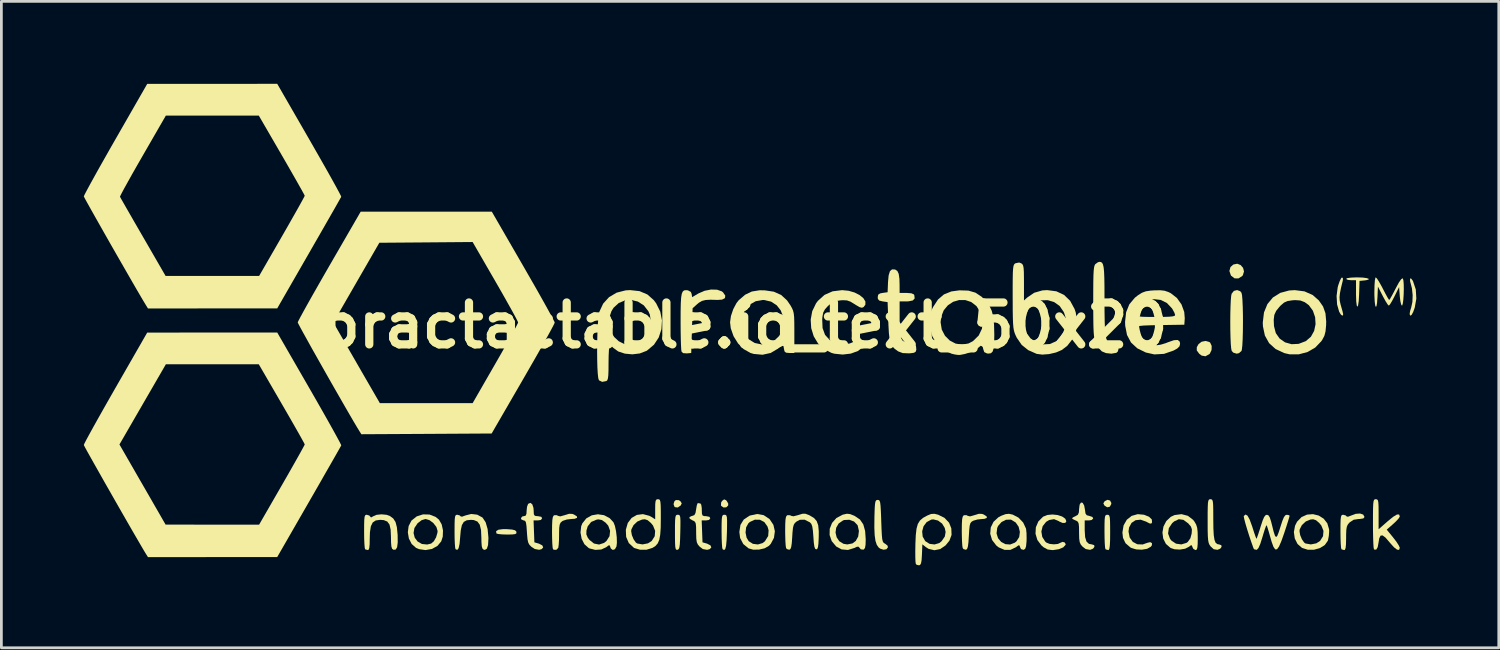
<source format=kicad_pcb>
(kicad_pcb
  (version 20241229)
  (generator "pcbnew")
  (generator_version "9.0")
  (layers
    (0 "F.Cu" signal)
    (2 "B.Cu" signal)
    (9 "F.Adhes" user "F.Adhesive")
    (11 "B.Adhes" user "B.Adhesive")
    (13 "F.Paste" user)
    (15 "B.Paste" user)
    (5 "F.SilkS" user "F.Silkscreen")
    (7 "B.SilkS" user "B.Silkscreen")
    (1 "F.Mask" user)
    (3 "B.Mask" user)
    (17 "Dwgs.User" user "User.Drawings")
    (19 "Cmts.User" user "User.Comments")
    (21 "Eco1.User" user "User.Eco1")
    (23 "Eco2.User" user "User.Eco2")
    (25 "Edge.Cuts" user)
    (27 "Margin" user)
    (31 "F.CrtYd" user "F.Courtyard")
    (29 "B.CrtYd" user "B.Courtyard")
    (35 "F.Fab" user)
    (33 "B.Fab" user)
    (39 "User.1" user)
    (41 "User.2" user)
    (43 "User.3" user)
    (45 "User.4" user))
  (footprint "practactable.io_text_50x20"
    (layer "F.Cu")
    (at 24.031 8.792)
    (property "Reference" "practactable.io_text_50x20" (at 0 0 0) (layer "F.SilkS") (effects (font (size 1.524 1.524) (thickness 0.3))))
    (attr board_only exclude_from_pos_files exclude_from_bom)
    (fp_poly (pts (xy -2.38 6.359) (xy -2.322 6.397) (xy -2.273 6.473) (xy -2.31 6.551) (xy -2.312 6.553) (xy -2.415 6.625) (xy -2.515 6.615) (xy -2.537 6.599) (xy -2.571 6.503) (xy -2.54 6.4) (xy -2.485 6.354)) (stroke (width 0) (type solid)) (fill yes) (layer "F.SilkS"))
    (fp_poly (pts (xy -0.667 6.357) (xy -0.636 6.386) (xy -0.581 6.484) (xy -0.583 6.552) (xy -0.653 6.62) (xy -0.754 6.625) (xy -0.835 6.567) (xy -0.845 6.547) (xy -0.839 6.442) (xy -0.799 6.381) (xy -0.729 6.33)) (stroke (width 0) (type solid)) (fill yes) (layer "F.SilkS"))
    (fp_poly (pts (xy 13.313 6.372) (xy 13.359 6.458) (xy 13.358 6.497) (xy 13.306 6.596) (xy 13.213 6.619) (xy 13.113 6.558) (xy 13.111 6.555) (xy 13.07 6.476) (xy 13.114 6.402) (xy 13.119 6.397) (xy 13.221 6.346)) (stroke (width 0) (type solid)) (fill yes) (layer "F.SilkS"))
    (fp_poly (pts (xy 18.065 -2.197) (xy 18.154 -2.095) (xy 18.188 -1.964) (xy 18.148 -1.831) (xy 18.123 -1.798) (xy 17.987 -1.71) (xy 17.844 -1.713) (xy 17.721 -1.807) (xy 17.71 -1.823) (xy 17.656 -1.98) (xy 17.696 -2.124) (xy 17.8 -2.216) (xy 17.941 -2.245)) (stroke (width 0) (type solid)) (fill yes) (layer "F.SilkS"))
    (fp_poly (pts (xy 16.927 0.603) (xy 16.957 0.627) (xy 17.012 0.746) (xy 17.007 0.895) (xy 16.945 1.026) (xy 16.925 1.046) (xy 16.785 1.123) (xy 16.646 1.098) (xy 16.556 1.028) (xy 16.469 0.909) (xy 16.47 0.794) (xy 16.533 0.68) (xy 16.646 0.593) (xy 16.793 0.565)) (stroke (width 0) (type solid)) (fill yes) (layer "F.SilkS"))
    (fp_poly (pts (xy -8.634 7.414) (xy -8.448 7.428) (xy -8.342 7.454) (xy -8.295 7.496) (xy -8.288 7.52) (xy -8.291 7.567) (xy -8.336 7.594) (xy -8.443 7.607) (xy -8.631 7.61) (xy -8.813 7.604) (xy -8.951 7.59) (xy -9.016 7.57) (xy -9.017 7.569) (xy -9.028 7.487) (xy -8.943 7.434) (xy -8.768 7.412)) (stroke (width 0) (type solid)) (fill yes) (layer "F.SilkS"))
    (fp_poly (pts (xy 24.324 -1.635) (xy 24.34 -1.604) (xy 24.439 -1.309) (xy 24.459 -0.975) (xy 24.402 -0.651) (xy 24.345 -0.49) (xy 24.289 -0.387) (xy 24.244 -0.352) (xy 24.219 -0.399) (xy 24.217 -0.434) (xy 24.235 -0.534) (xy 24.272 -0.651) (xy 24.316 -0.853) (xy 24.325 -1.102) (xy 24.299 -1.348) (xy 24.27 -1.463) (xy 24.231 -1.614) (xy 24.231 -1.701) (xy 24.264 -1.711)) (stroke (width 0) (type solid)) (fill yes) (layer "F.SilkS"))
    (fp_poly (pts (xy -0.675 6.895) (xy -0.646 6.922) (xy -0.629 6.987) (xy -0.623 7.109) (xy -0.624 7.302) (xy -0.628 7.516) (xy -0.64 7.814) (xy -0.659 8.018) (xy -0.689 8.135) (xy -0.731 8.174) (xy -0.787 8.142) (xy -0.787 8.142) (xy -0.801 8.08) (xy -0.812 7.936) (xy -0.82 7.732) (xy -0.823 7.498) (xy -0.822 7.24) (xy -0.817 7.067) (xy -0.805 6.963) (xy -0.783 6.911) (xy -0.749 6.892) (xy -0.718 6.89)) (stroke (width 0) (type solid)) (fill yes) (layer "F.SilkS"))
    (fp_poly (pts (xy 21.79 -1.707) (xy 21.783 -1.632) (xy 21.718 -1.366) (xy 21.679 -1.172) (xy 21.664 -1.025) (xy 21.672 -0.899) (xy 21.701 -0.767) (xy 21.718 -0.706) (xy 21.77 -0.525) (xy 21.794 -0.421) (xy 21.793 -0.374) (xy 21.771 -0.36) (xy 21.758 -0.36) (xy 21.708 -0.402) (xy 21.65 -0.501) (xy 21.575 -0.764) (xy 21.557 -1.072) (xy 21.597 -1.384) (xy 21.616 -1.456) (xy 21.67 -1.612) (xy 21.723 -1.718) (xy 21.757 -1.748)) (stroke (width 0) (type solid)) (fill yes) (layer "F.SilkS"))
    (fp_poly (pts (xy 13.257 6.896) (xy 13.286 6.924) (xy 13.304 6.993) (xy 13.313 7.117) (xy 13.316 7.315) (xy 13.317 7.533) (xy 13.315 7.812) (xy 13.306 8.001) (xy 13.291 8.116) (xy 13.267 8.168) (xy 13.248 8.175) (xy 13.161 8.152) (xy 13.146 8.141) (xy 13.132 8.079) (xy 13.121 7.936) (xy 13.114 7.733) (xy 13.111 7.498) (xy 13.112 7.24) (xy 13.117 7.067) (xy 13.129 6.963) (xy 13.151 6.91) (xy 13.186 6.892) (xy 13.214 6.89)) (stroke (width 0) (type solid)) (fill yes) (layer "F.SilkS"))
    (fp_poly (pts (xy -2.371 6.895) (xy -2.343 6.922) (xy -2.326 6.987) (xy -2.32 7.108) (xy -2.321 7.301) (xy -2.325 7.519) (xy -2.333 7.786) (xy -2.343 7.967) (xy -2.359 8.079) (xy -2.383 8.138) (xy -2.419 8.163) (xy -2.429 8.166) (xy -2.467 8.164) (xy -2.492 8.133) (xy -2.508 8.056) (xy -2.516 7.917) (xy -2.519 7.7) (xy -2.519 7.536) (xy -2.519 7.269) (xy -2.514 7.087) (xy -2.503 6.976) (xy -2.484 6.916) (xy -2.452 6.893) (xy -2.415 6.89)) (stroke (width 0) (type solid)) (fill yes) (layer "F.SilkS"))
    (fp_poly (pts (xy 22.511 -1.741) (xy 22.652 -1.722) (xy 22.725 -1.697) (xy 22.722 -1.669) (xy 22.631 -1.645) (xy 22.559 -1.636) (xy 22.392 -1.62) (xy 22.377 -1.144) (xy 22.363 -0.887) (xy 22.34 -0.732) (xy 22.315 -0.678) (xy 22.291 -0.724) (xy 22.272 -0.871) (xy 22.264 -1.117) (xy 22.264 -1.157) (xy 22.264 -1.645) (xy 22.084 -1.645) (xy 21.965 -1.658) (xy 21.905 -1.69) (xy 21.904 -1.697) (xy 21.952 -1.722) (xy 22.083 -1.74) (xy 22.278 -1.748) (xy 22.315 -1.748)) (stroke (width 0) (type solid)) (fill yes) (layer "F.SilkS"))
    (fp_poly (pts (xy 18.05 -1.245) (xy 18.097 -1.186) (xy 18.116 -1.1) (xy 18.131 -0.925) (xy 18.142 -0.678) (xy 18.149 -0.371) (xy 18.15 -0.129) (xy 18.147 0.211) (xy 18.139 0.501) (xy 18.127 0.729) (xy 18.11 0.878) (xy 18.097 0.929) (xy 18.005 1.009) (xy 17.919 1.028) (xy 17.797 0.989) (xy 17.741 0.929) (xy 17.722 0.842) (xy 17.707 0.673) (xy 17.697 0.443) (xy 17.69 0.171) (xy 17.688 -0.121) (xy 17.69 -0.412) (xy 17.697 -0.682) (xy 17.707 -0.911) (xy 17.722 -1.078) (xy 17.738 -1.154) (xy 17.82 -1.256) (xy 17.937 -1.287)) (stroke (width 0) (type solid)) (fill yes) (layer "F.SilkS"))
    (fp_poly (pts (xy 4.899 6.356) (xy 4.927 6.383) (xy 4.948 6.447) (xy 4.962 6.564) (xy 4.973 6.748) (xy 4.984 7.014) (xy 4.987 7.121) (xy 4.998 7.418) (xy 5.009 7.629) (xy 5.022 7.769) (xy 5.042 7.856) (xy 5.069 7.905) (xy 5.109 7.934) (xy 5.13 7.944) (xy 5.214 8.01) (xy 5.232 8.072) (xy 5.176 8.145) (xy 5.069 8.162) (xy 4.949 8.123) (xy 4.891 8.079) (xy 4.824 7.982) (xy 4.777 7.838) (xy 4.748 7.633) (xy 4.736 7.355) (xy 4.739 6.989) (xy 4.74 6.941) (xy 4.748 6.687) (xy 4.758 6.518) (xy 4.774 6.418) (xy 4.799 6.368) (xy 4.836 6.351) (xy 4.859 6.35)) (stroke (width 0) (type solid)) (fill yes) (layer "F.SilkS"))
    (fp_poly (pts (xy 14.549 6.889) (xy 14.732 6.963) (xy 14.833 7.06) (xy 14.842 7.169) (xy 14.841 7.171) (xy 14.809 7.213) (xy 14.746 7.203) (xy 14.629 7.141) (xy 14.427 7.069) (xy 14.242 7.088) (xy 14.095 7.186) (xy 14.005 7.354) (xy 13.985 7.5) (xy 14.027 7.717) (xy 14.141 7.876) (xy 14.306 7.964) (xy 14.503 7.971) (xy 14.663 7.913) (xy 14.774 7.886) (xy 14.839 7.923) (xy 14.836 8.001) (xy 14.797 8.054) (xy 14.662 8.129) (xy 14.471 8.161) (xy 14.266 8.151) (xy 14.086 8.097) (xy 14.053 8.078) (xy 13.876 7.925) (xy 13.784 7.73) (xy 13.763 7.533) (xy 13.806 7.276) (xy 13.923 7.071) (xy 14.1 6.931) (xy 14.32 6.868)) (stroke (width 0) (type solid)) (fill yes) (layer "F.SilkS"))
    (fp_poly (pts (xy 17.008 6.33) (xy 17.036 6.356) (xy 17.055 6.419) (xy 17.065 6.536) (xy 17.069 6.72) (xy 17.07 6.989) (xy 17.07 7.048) (xy 17.074 7.384) (xy 17.087 7.631) (xy 17.113 7.8) (xy 17.153 7.905) (xy 17.212 7.957) (xy 17.282 7.97) (xy 17.362 7.997) (xy 17.372 8.059) (xy 17.322 8.125) (xy 17.223 8.165) (xy 17.217 8.165) (xy 17.085 8.144) (xy 16.974 8.043) (xy 16.932 7.982) (xy 16.902 7.912) (xy 16.883 7.813) (xy 16.872 7.669) (xy 16.866 7.462) (xy 16.865 7.172) (xy 16.865 7.114) (xy 16.865 6.814) (xy 16.869 6.601) (xy 16.876 6.461) (xy 16.891 6.378) (xy 16.914 6.338) (xy 16.947 6.325) (xy 16.968 6.324)) (stroke (width 0) (type solid)) (fill yes) (layer "F.SilkS"))
    (fp_poly (pts (xy -6.25 6.86) (xy -6.195 6.881) (xy -6.089 6.948) (xy -6.081 7.002) (xy -6.168 7.036) (xy -6.287 7.044) (xy -6.455 7.063) (xy -6.596 7.109) (xy -6.621 7.124) (xy -6.68 7.176) (xy -6.714 7.248) (xy -6.731 7.365) (xy -6.736 7.553) (xy -6.736 7.608) (xy -6.739 7.811) (xy -6.75 7.981) (xy -6.764 8.084) (xy -6.767 8.094) (xy -6.837 8.167) (xy -6.931 8.162) (xy -6.958 8.141) (xy -6.972 8.079) (xy -6.983 7.936) (xy -6.99 7.734) (xy -6.993 7.522) (xy -6.99 7.262) (xy -6.982 7.087) (xy -6.965 6.98) (xy -6.938 6.925) (xy -6.912 6.907) (xy -6.814 6.907) (xy -6.779 6.929) (xy -6.693 6.949) (xy -6.533 6.905) (xy -6.525 6.902) (xy -6.368 6.854)) (stroke (width 0) (type solid)) (fill yes) (layer "F.SilkS"))
    (fp_poly (pts (xy 8.661 6.86) (xy 8.716 6.881) (xy 8.822 6.949) (xy 8.83 7.005) (xy 8.742 7.039) (xy 8.651 7.045) (xy 8.484 7.063) (xy 8.338 7.106) (xy 8.33 7.11) (xy 8.269 7.148) (xy 8.23 7.201) (xy 8.205 7.292) (xy 8.189 7.442) (xy 8.175 7.662) (xy 8.16 7.896) (xy 8.14 8.046) (xy 8.113 8.129) (xy 8.075 8.162) (xy 8.066 8.164) (xy 7.979 8.138) (xy 7.95 8.096) (xy 7.937 8.012) (xy 7.926 7.85) (xy 7.92 7.638) (xy 7.918 7.475) (xy 7.921 7.226) (xy 7.93 7.062) (xy 7.949 6.965) (xy 7.981 6.917) (xy 7.999 6.907) (xy 8.097 6.907) (xy 8.132 6.929) (xy 8.218 6.949) (xy 8.378 6.905) (xy 8.386 6.902) (xy 8.543 6.854)) (stroke (width 0) (type solid)) (fill yes) (layer "F.SilkS"))
    (fp_poly (pts (xy 22.525 6.883) (xy 22.572 6.967) (xy 22.572 6.973) (xy 22.53 7.024) (xy 22.399 7.044) (xy 22.364 7.044) (xy 22.178 7.071) (xy 22.035 7.165) (xy 22.03 7.17) (xy 21.968 7.242) (xy 21.93 7.323) (xy 21.911 7.439) (xy 21.904 7.618) (xy 21.904 7.736) (xy 21.899 7.962) (xy 21.885 8.1) (xy 21.859 8.165) (xy 21.835 8.175) (xy 21.748 8.152) (xy 21.732 8.141) (xy 21.719 8.079) (xy 21.708 7.936) (xy 21.701 7.733) (xy 21.698 7.498) (xy 21.699 7.24) (xy 21.704 7.067) (xy 21.717 6.962) (xy 21.738 6.91) (xy 21.773 6.891) (xy 21.797 6.89) (xy 21.887 6.914) (xy 21.913 6.944) (xy 21.968 6.964) (xy 22.085 6.919) (xy 22.256 6.856) (xy 22.411 6.845)) (stroke (width 0) (type solid)) (fill yes) (layer "F.SilkS"))
    (fp_poly (pts (xy -0.987 -1.3) (xy -0.815 -1.24) (xy -0.769 -1.203) (xy -0.688 -1.084) (xy -0.701 -0.993) (xy -0.804 -0.939) (xy -0.971 -0.928) (xy -1.226 -0.935) (xy -1.405 -0.925) (xy -1.535 -0.892) (xy -1.641 -0.831) (xy -1.709 -0.776) (xy -1.877 -0.626) (xy -1.902 0.188) (xy -1.928 1.003) (xy -2.089 1.018) (xy -2.224 1.008) (xy -2.281 0.95) (xy -2.291 0.874) (xy -2.3 0.713) (xy -2.307 0.483) (xy -2.312 0.202) (xy -2.314 -0.112) (xy -2.314 -0.152) (xy -2.313 -0.526) (xy -2.307 -0.81) (xy -2.294 -1.015) (xy -2.271 -1.152) (xy -2.235 -1.235) (xy -2.184 -1.275) (xy -2.113 -1.283) (xy -2.047 -1.277) (xy -1.941 -1.219) (xy -1.912 -1.144) (xy -1.895 -1.028) (xy -1.664 -1.164) (xy -1.44 -1.261) (xy -1.205 -1.306)) (stroke (width 0) (type solid)) (fill yes) (layer "F.SilkS"))
    (fp_poly (pts (xy 0.71 6.905) (xy 0.92 7.046) (xy 0.926 7.052) (xy 1.063 7.257) (xy 1.116 7.491) (xy 1.083 7.731) (xy 0.967 7.949) (xy 0.9 8.021) (xy 0.745 8.11) (xy 0.538 8.158) (xy 0.326 8.16) (xy 0.159 8.113) (xy -0.034 7.955) (xy -0.148 7.736) (xy -0.174 7.534) (xy 0.049 7.534) (xy 0.086 7.722) (xy 0.163 7.851) (xy 0.317 7.948) (xy 0.499 7.971) (xy 0.672 7.92) (xy 0.755 7.854) (xy 0.873 7.662) (xy 0.888 7.456) (xy 0.848 7.318) (xy 0.733 7.156) (xy 0.571 7.072) (xy 0.387 7.069) (xy 0.207 7.152) (xy 0.153 7.2) (xy 0.071 7.346) (xy 0.049 7.534) (xy -0.174 7.534) (xy -0.176 7.515) (xy -0.136 7.258) (xy -0.018 7.066) (xy 0.181 6.932) (xy 0.213 6.918) (xy 0.472 6.862)) (stroke (width 0) (type solid)) (fill yes) (layer "F.SilkS"))
    (fp_poly (pts (xy 11.406 6.9) (xy 11.571 6.954) (xy 11.685 7.035) (xy 11.723 7.127) (xy 11.685 7.185) (xy 11.591 7.189) (xy 11.473 7.14) (xy 11.443 7.12) (xy 11.276 7.05) (xy 11.098 7.081) (xy 10.986 7.149) (xy 10.861 7.307) (xy 10.814 7.499) (xy 10.846 7.696) (xy 10.955 7.866) (xy 10.999 7.904) (xy 11.114 7.95) (xy 11.269 7.966) (xy 11.416 7.952) (xy 11.504 7.911) (xy 11.586 7.876) (xy 11.665 7.899) (xy 11.699 7.961) (xy 11.694 7.986) (xy 11.609 8.077) (xy 11.452 8.143) (xy 11.249 8.174) (xy 11.206 8.175) (xy 11.044 8.154) (xy 10.902 8.078) (xy 10.817 8.006) (xy 10.669 7.809) (xy 10.601 7.581) (xy 10.613 7.348) (xy 10.704 7.134) (xy 10.872 6.964) (xy 10.88 6.959) (xy 11.034 6.898) (xy 11.218 6.88)) (stroke (width 0) (type solid)) (fill yes) (layer "F.SilkS"))
    (fp_poly (pts (xy -11.451 6.882) (xy -11.23 6.968) (xy -11.108 7.068) (xy -11.009 7.238) (xy -10.961 7.457) (xy -10.969 7.686) (xy -11.024 7.857) (xy -11.165 8.026) (xy -11.366 8.135) (xy -11.598 8.175) (xy -11.834 8.141) (xy -11.941 8.095) (xy -12.1 7.954) (xy -12.202 7.755) (xy -12.236 7.553) (xy -12.032 7.553) (xy -11.989 7.724) (xy -11.884 7.863) (xy -11.729 7.953) (xy -11.537 7.973) (xy -11.391 7.938) (xy -11.296 7.857) (xy -11.213 7.714) (xy -11.164 7.55) (xy -11.157 7.48) (xy -11.201 7.335) (xy -11.311 7.192) (xy -11.455 7.085) (xy -11.595 7.044) (xy -11.736 7.086) (xy -11.881 7.194) (xy -12 7.371) (xy -12.032 7.553) (xy -12.236 7.553) (xy -12.24 7.528) (xy -12.211 7.301) (xy -12.109 7.105) (xy -12.105 7.1) (xy -11.916 6.949) (xy -11.689 6.876)) (stroke (width 0) (type solid)) (fill yes) (layer "F.SilkS"))
    (fp_poly (pts (xy -7.711 6.511) (xy -7.669 6.636) (xy -7.661 6.742) (xy -7.655 6.871) (xy -7.619 6.928) (xy -7.532 6.941) (xy -7.507 6.941) (xy -7.384 6.964) (xy -7.353 7.018) (xy -7.398 7.079) (xy -7.509 7.096) (xy -7.665 7.096) (xy -7.65 7.494) (xy -7.635 7.893) (xy -7.467 7.942) (xy -7.347 8.004) (xy -7.314 8.078) (xy -7.371 8.141) (xy -7.463 8.165) (xy -7.62 8.136) (xy -7.74 8.058) (xy -7.812 7.987) (xy -7.857 7.907) (xy -7.884 7.79) (xy -7.901 7.608) (xy -7.907 7.516) (xy -7.922 7.306) (xy -7.94 7.18) (xy -7.968 7.117) (xy -8.012 7.096) (xy -8.028 7.096) (xy -8.107 7.062) (xy -8.124 7.018) (xy -8.081 6.956) (xy -8.021 6.941) (xy -7.952 6.923) (xy -7.923 6.85) (xy -7.918 6.746) (xy -7.903 6.602) (xy -7.866 6.5) (xy -7.858 6.49) (xy -7.778 6.457)) (stroke (width 0) (type solid)) (fill yes) (layer "F.SilkS"))
    (fp_poly (pts (xy 12.317 6.456) (xy 12.372 6.554) (xy 12.401 6.711) (xy 12.42 6.845) (xy 12.466 6.908) (xy 12.559 6.932) (xy 12.673 6.97) (xy 12.7 7.03) (xy 12.642 7.081) (xy 12.546 7.096) (xy 12.391 7.096) (xy 12.391 7.452) (xy 12.406 7.701) (xy 12.455 7.863) (xy 12.544 7.948) (xy 12.656 7.97) (xy 12.736 7.996) (xy 12.745 8.057) (xy 12.695 8.123) (xy 12.596 8.164) (xy 12.585 8.166) (xy 12.429 8.138) (xy 12.315 8.052) (xy 12.248 7.974) (xy 12.209 7.887) (xy 12.191 7.76) (xy 12.186 7.565) (xy 12.186 7.534) (xy 12.184 7.335) (xy 12.172 7.214) (xy 12.144 7.147) (xy 12.092 7.11) (xy 12.057 7.096) (xy 11.962 7.05) (xy 11.929 7.018) (xy 11.971 6.982) (xy 12.057 6.941) (xy 12.143 6.89) (xy 12.18 6.802) (xy 12.186 6.689) (xy 12.206 6.522) (xy 12.256 6.445)) (stroke (width 0) (type solid)) (fill yes) (layer "F.SilkS"))
    (fp_poly (pts (xy 20.906 6.919) (xy 21.086 7.032) (xy 21.219 7.2) (xy 21.283 7.417) (xy 21.287 7.482) (xy 21.275 7.656) (xy 21.246 7.809) (xy 21.237 7.838) (xy 21.127 7.993) (xy 20.95 8.103) (xy 20.733 8.163) (xy 20.506 8.162) (xy 20.298 8.095) (xy 20.135 7.952) (xy 20.035 7.752) (xy 20.003 7.522) (xy 20.009 7.487) (xy 20.207 7.487) (xy 20.232 7.631) (xy 20.295 7.782) (xy 20.375 7.898) (xy 20.424 7.935) (xy 20.622 7.969) (xy 20.82 7.93) (xy 20.955 7.843) (xy 21.064 7.67) (xy 21.08 7.477) (xy 21.003 7.284) (xy 20.925 7.188) (xy 20.807 7.088) (xy 20.705 7.054) (xy 20.603 7.064) (xy 20.433 7.136) (xy 20.294 7.266) (xy 20.215 7.422) (xy 20.207 7.487) (xy 20.009 7.487) (xy 20.045 7.29) (xy 20.119 7.142) (xy 20.284 6.973) (xy 20.484 6.884) (xy 20.698 6.868)) (stroke (width 0) (type solid)) (fill yes) (layer "F.SilkS"))
    (fp_poly (pts (xy -1.599 6.478) (xy -1.594 6.479) (xy -1.563 6.524) (xy -1.545 6.641) (xy -1.543 6.71) (xy -1.538 6.852) (xy -1.512 6.92) (xy -1.446 6.94) (xy -1.388 6.941) (xy -1.266 6.964) (xy -1.234 7.018) (xy -1.279 7.079) (xy -1.39 7.096) (xy -1.547 7.096) (xy -1.532 7.494) (xy -1.517 7.893) (xy -1.348 7.942) (xy -1.227 8.004) (xy -1.196 8.079) (xy -1.255 8.141) (xy -1.349 8.166) (xy -1.505 8.138) (xy -1.619 8.052) (xy -1.686 7.974) (xy -1.725 7.887) (xy -1.743 7.76) (xy -1.748 7.565) (xy -1.748 7.534) (xy -1.75 7.335) (xy -1.762 7.214) (xy -1.79 7.147) (xy -1.842 7.11) (xy -1.877 7.096) (xy -1.982 7.034) (xy -1.994 6.976) (xy -1.911 6.936) (xy -1.89 6.932) (xy -1.814 6.903) (xy -1.772 6.826) (xy -1.748 6.684) (xy -1.725 6.55) (xy -1.697 6.473) (xy -1.684 6.466)) (stroke (width 0) (type solid)) (fill yes) (layer "F.SilkS"))
    (fp_poly (pts (xy -9.714 6.887) (xy -9.528 6.989) (xy -9.519 6.997) (xy -9.409 7.163) (xy -9.337 7.409) (xy -9.308 7.72) (xy -9.308 7.764) (xy -9.321 7.992) (xy -9.364 8.125) (xy -9.436 8.168) (xy -9.481 8.159) (xy -9.524 8.122) (xy -9.55 8.037) (xy -9.561 7.886) (xy -9.564 7.72) (xy -9.577 7.442) (xy -9.623 7.252) (xy -9.708 7.137) (xy -9.839 7.083) (xy -9.943 7.075) (xy -10.097 7.091) (xy -10.204 7.15) (xy -10.273 7.266) (xy -10.314 7.456) (xy -10.335 7.697) (xy -10.358 7.952) (xy -10.393 8.108) (xy -10.442 8.17) (xy -10.505 8.142) (xy -10.519 8.08) (xy -10.53 7.936) (xy -10.538 7.732) (xy -10.54 7.498) (xy -10.539 7.24) (xy -10.534 7.067) (xy -10.522 6.962) (xy -10.5 6.91) (xy -10.466 6.891) (xy -10.442 6.89) (xy -10.352 6.914) (xy -10.326 6.943) (xy -10.271 6.961) (xy -10.15 6.918) (xy -10.143 6.915) (xy -9.933 6.861)) (stroke (width 0) (type solid)) (fill yes) (layer "F.SilkS"))
    (fp_poly (pts (xy 3.853 6.865) (xy 4.001 6.924) (xy 4.027 6.937) (xy 4.211 7.062) (xy 4.333 7.239) (xy 4.401 7.481) (xy 4.422 7.792) (xy 4.416 7.985) (xy 4.395 8.098) (xy 4.353 8.152) (xy 4.338 8.159) (xy 4.245 8.148) (xy 4.207 8.106) (xy 4.164 8.053) (xy 4.102 8.055) (xy 4.011 8.098) (xy 3.775 8.171) (xy 3.544 8.15) (xy 3.349 8.045) (xy 3.185 7.849) (xy 3.108 7.627) (xy 3.11 7.538) (xy 3.324 7.538) (xy 3.364 7.71) (xy 3.461 7.854) (xy 3.613 7.947) (xy 3.753 7.97) (xy 3.94 7.933) (xy 4.058 7.845) (xy 4.149 7.681) (xy 4.175 7.479) (xy 4.131 7.285) (xy 4.12 7.263) (xy 4 7.137) (xy 3.828 7.072) (xy 3.642 7.081) (xy 3.597 7.096) (xy 3.437 7.208) (xy 3.347 7.363) (xy 3.324 7.538) (xy 3.11 7.538) (xy 3.113 7.399) (xy 3.197 7.187) (xy 3.355 7.01) (xy 3.581 6.889) (xy 3.602 6.883) (xy 3.737 6.853)) (stroke (width 0) (type solid)) (fill yes) (layer "F.SilkS"))
    (fp_poly (pts (xy 12.98 -2.307) (xy 13.024 -2.278) (xy 13.056 -2.217) (xy 13.08 -2.112) (xy 13.096 -1.952) (xy 13.105 -1.725) (xy 13.11 -1.421) (xy 13.111 -1.028) (xy 13.111 -0.918) (xy 13.113 -0.475) (xy 13.119 -0.125) (xy 13.13 0.143) (xy 13.148 0.34) (xy 13.175 0.475) (xy 13.211 0.559) (xy 13.26 0.603) (xy 13.321 0.617) (xy 13.329 0.617) (xy 13.489 0.652) (xy 13.596 0.745) (xy 13.626 0.845) (xy 13.595 0.951) (xy 13.544 0.997) (xy 13.364 1.028) (xy 13.167 1.007) (xy 13.014 0.944) (xy 12.918 0.845) (xy 12.823 0.698) (xy 12.798 0.649) (xy 12.768 0.573) (xy 12.745 0.486) (xy 12.728 0.374) (xy 12.716 0.223) (xy 12.708 0.019) (xy 12.704 -0.252) (xy 12.702 -0.604) (xy 12.701 -0.858) (xy 12.702 -1.264) (xy 12.704 -1.58) (xy 12.709 -1.818) (xy 12.718 -1.989) (xy 12.731 -2.105) (xy 12.749 -2.18) (xy 12.773 -2.224) (xy 12.781 -2.233) (xy 12.872 -2.298) (xy 12.925 -2.314)) (stroke (width 0) (type solid)) (fill yes) (layer "F.SilkS"))
    (fp_poly (pts (xy -5.099 6.906) (xy -4.895 7.014) (xy -4.757 7.164) (xy -4.705 7.294) (xy -4.664 7.487) (xy -4.638 7.704) (xy -4.632 7.907) (xy -4.647 8.042) (xy -4.704 8.144) (xy -4.783 8.171) (xy -4.852 8.118) (xy -4.87 8.073) (xy -4.892 8.007) (xy -4.93 8.003) (xy -5.014 8.064) (xy -5.026 8.073) (xy -5.202 8.154) (xy -5.417 8.168) (xy -5.627 8.116) (xy -5.662 8.098) (xy -5.815 7.961) (xy -5.916 7.763) (xy -5.944 7.604) (xy -5.744 7.604) (xy -5.692 7.725) (xy -5.631 7.805) (xy -5.465 7.937) (xy -5.282 7.974) (xy -5.1 7.915) (xy -5.011 7.843) (xy -4.9 7.668) (xy -4.88 7.474) (xy -4.948 7.286) (xy -5.048 7.173) (xy -5.182 7.081) (xy -5.303 7.058) (xy -5.369 7.067) (xy -5.568 7.151) (xy -5.694 7.309) (xy -5.74 7.461) (xy -5.744 7.604) (xy -5.944 7.604) (xy -5.957 7.534) (xy -5.931 7.306) (xy -5.89 7.203) (xy -5.744 7.021) (xy -5.547 6.911) (xy -5.324 6.872)) (stroke (width 0) (type solid)) (fill yes) (layer "F.SilkS"))
    (fp_poly (pts (xy 23.029 6.331) (xy 23.059 6.363) (xy 23.076 6.439) (xy 23.084 6.576) (xy 23.086 6.793) (xy 23.086 6.87) (xy 23.086 7.417) (xy 23.42 7.124) (xy 23.616 6.964) (xy 23.751 6.883) (xy 23.831 6.879) (xy 23.857 6.95) (xy 23.857 6.954) (xy 23.821 7.017) (xy 23.728 7.121) (xy 23.62 7.222) (xy 23.382 7.431) (xy 23.62 7.723) (xy 23.737 7.876) (xy 23.821 8.008) (xy 23.857 8.091) (xy 23.857 8.095) (xy 23.831 8.169) (xy 23.758 8.16) (xy 23.645 8.073) (xy 23.5 7.911) (xy 23.487 7.895) (xy 23.338 7.722) (xy 23.23 7.641) (xy 23.155 7.651) (xy 23.108 7.752) (xy 23.086 7.889) (xy 23.053 8.068) (xy 23 8.159) (xy 22.933 8.157) (xy 22.916 8.142) (xy 22.904 8.081) (xy 22.894 7.935) (xy 22.887 7.721) (xy 22.882 7.457) (xy 22.881 7.216) (xy 22.881 6.893) (xy 22.884 6.66) (xy 22.89 6.501) (xy 22.902 6.402) (xy 22.921 6.349) (xy 22.949 6.328) (xy 22.983 6.324)) (stroke (width 0) (type solid)) (fill yes) (layer "F.SilkS"))
    (fp_poly (pts (xy -13.012 6.892) (xy -12.896 6.933) (xy -12.771 7.025) (xy -12.688 7.155) (xy -12.638 7.345) (xy -12.612 7.615) (xy -12.611 7.635) (xy -12.608 7.899) (xy -12.63 8.069) (xy -12.679 8.155) (xy -12.757 8.164) (xy -12.772 8.159) (xy -12.814 8.123) (xy -12.839 8.042) (xy -12.851 7.896) (xy -12.854 7.696) (xy -12.866 7.429) (xy -12.907 7.247) (xy -12.988 7.137) (xy -13.116 7.085) (xy -13.249 7.075) (xy -13.408 7.097) (xy -13.518 7.171) (xy -13.586 7.31) (xy -13.619 7.527) (xy -13.626 7.744) (xy -13.63 7.968) (xy -13.644 8.104) (xy -13.672 8.166) (xy -13.694 8.175) (xy -13.782 8.152) (xy -13.797 8.141) (xy -13.81 8.079) (xy -13.821 7.936) (xy -13.829 7.733) (xy -13.831 7.498) (xy -13.83 7.24) (xy -13.825 7.067) (xy -13.813 6.962) (xy -13.791 6.91) (xy -13.756 6.891) (xy -13.733 6.89) (xy -13.64 6.919) (xy -13.612 6.954) (xy -13.578 6.99) (xy -13.505 6.948) (xy -13.505 6.948) (xy -13.376 6.892) (xy -13.196 6.874)) (stroke (width 0) (type solid)) (fill yes) (layer "F.SilkS"))
    (fp_poly (pts (xy 9.773 6.885) (xy 9.982 6.995) (xy 10.152 7.173) (xy 10.252 7.387) (xy 10.259 7.418) (xy 10.274 7.567) (xy 10.277 7.762) (xy 10.274 7.866) (xy 10.257 8.037) (xy 10.225 8.129) (xy 10.171 8.165) (xy 10.164 8.166) (xy 10.075 8.141) (xy 10.043 8.078) (xy 10.019 8.008) (xy 9.981 8.003) (xy 9.897 8.064) (xy 9.885 8.073) (xy 9.689 8.167) (xy 9.475 8.168) (xy 9.263 8.078) (xy 9.174 8.008) (xy 9.019 7.806) (xy 8.953 7.58) (xy 8.954 7.57) (xy 9.183 7.57) (xy 9.238 7.744) (xy 9.351 7.878) (xy 9.504 7.959) (xy 9.676 7.973) (xy 9.848 7.906) (xy 9.907 7.858) (xy 10.008 7.7) (xy 10.032 7.514) (xy 9.987 7.327) (xy 9.88 7.171) (xy 9.719 7.073) (xy 9.696 7.066) (xy 9.527 7.072) (xy 9.364 7.155) (xy 9.24 7.296) (xy 9.207 7.37) (xy 9.183 7.57) (xy 8.954 7.57) (xy 8.972 7.353) (xy 9.073 7.146) (xy 9.253 6.98) (xy 9.349 6.929) (xy 9.509 6.868) (xy 9.634 6.855)) (stroke (width 0) (type solid)) (fill yes) (layer "F.SilkS"))
    (fp_poly (pts (xy 16.146 6.929) (xy 16.338 7.077) (xy 16.387 7.142) (xy 16.448 7.249) (xy 16.484 7.366) (xy 16.501 7.526) (xy 16.505 7.746) (xy 16.502 7.96) (xy 16.49 8.09) (xy 16.467 8.156) (xy 16.428 8.175) (xy 16.423 8.175) (xy 16.345 8.132) (xy 16.314 8.07) (xy 16.286 7.999) (xy 16.241 8.009) (xy 16.192 8.051) (xy 16.049 8.124) (xy 15.856 8.157) (xy 15.657 8.145) (xy 15.516 8.098) (xy 15.346 7.95) (xy 15.248 7.755) (xy 15.225 7.574) (xy 15.425 7.574) (xy 15.496 7.764) (xy 15.551 7.834) (xy 15.714 7.942) (xy 15.907 7.969) (xy 16.092 7.914) (xy 16.142 7.879) (xy 16.236 7.747) (xy 16.283 7.573) (xy 16.292 7.424) (xy 16.257 7.319) (xy 16.159 7.205) (xy 16.155 7.201) (xy 15.983 7.075) (xy 15.816 7.052) (xy 15.648 7.131) (xy 15.575 7.194) (xy 15.452 7.378) (xy 15.425 7.574) (xy 15.225 7.574) (xy 15.22 7.536) (xy 15.258 7.316) (xy 15.361 7.118) (xy 15.524 6.965) (xy 15.661 6.901) (xy 15.914 6.868)) (stroke (width 0) (type solid)) (fill yes) (layer "F.SilkS"))
    (fp_poly (pts (xy 23.027 -1.705) (xy 23.102 -1.59) (xy 23.195 -1.424) (xy 23.24 -1.337) (xy 23.335 -1.155) (xy 23.412 -1.014) (xy 23.462 -0.935) (xy 23.472 -0.926) (xy 23.504 -0.968) (xy 23.57 -1.083) (xy 23.658 -1.249) (xy 23.706 -1.343) (xy 23.82 -1.555) (xy 23.906 -1.68) (xy 23.96 -1.715) (xy 23.966 -1.711) (xy 23.988 -1.642) (xy 24 -1.503) (xy 24.003 -1.323) (xy 23.998 -1.128) (xy 23.986 -0.945) (xy 23.968 -0.802) (xy 23.944 -0.725) (xy 23.935 -0.719) (xy 23.905 -0.765) (xy 23.877 -0.888) (xy 23.857 -1.058) (xy 23.832 -1.398) (xy 23.665 -1.059) (xy 23.579 -0.895) (xy 23.506 -0.774) (xy 23.461 -0.721) (xy 23.458 -0.72) (xy 23.416 -0.762) (xy 23.344 -0.875) (xy 23.256 -1.034) (xy 23.239 -1.067) (xy 23.061 -1.414) (xy 23.045 -1.041) (xy 23.03 -0.823) (xy 23.009 -0.702) (xy 22.985 -0.673) (xy 22.962 -0.73) (xy 22.944 -0.87) (xy 22.933 -1.086) (xy 22.932 -1.208) (xy 22.937 -1.452) (xy 22.949 -1.631) (xy 22.969 -1.732) (xy 22.983 -1.748)) (stroke (width 0) (type solid)) (fill yes) (layer "F.SilkS"))
    (fp_poly (pts (xy 2.343 6.895) (xy 2.394 6.92) (xy 2.541 7.009) (xy 2.638 7.12) (xy 2.693 7.272) (xy 2.714 7.489) (xy 2.712 7.713) (xy 2.702 7.932) (xy 2.685 8.067) (xy 2.658 8.134) (xy 2.622 8.15) (xy 2.583 8.128) (xy 2.554 8.051) (xy 2.533 7.903) (xy 2.518 7.694) (xy 2.5 7.464) (xy 2.477 7.315) (xy 2.443 7.223) (xy 2.392 7.167) (xy 2.389 7.165) (xy 2.199 7.069) (xy 2.024 7.073) (xy 1.911 7.133) (xy 1.844 7.19) (xy 1.802 7.259) (xy 1.775 7.364) (xy 1.758 7.529) (xy 1.748 7.692) (xy 1.732 7.918) (xy 1.711 8.061) (xy 1.682 8.137) (xy 1.639 8.164) (xy 1.639 8.164) (xy 1.552 8.138) (xy 1.523 8.096) (xy 1.51 8.012) (xy 1.499 7.85) (xy 1.493 7.638) (xy 1.491 7.475) (xy 1.494 7.226) (xy 1.503 7.062) (xy 1.522 6.965) (xy 1.553 6.917) (xy 1.572 6.907) (xy 1.669 6.907) (xy 1.703 6.927) (xy 1.793 6.946) (xy 1.961 6.903) (xy 1.973 6.899) (xy 2.118 6.854) (xy 2.223 6.852)) (stroke (width 0) (type solid)) (fill yes) (layer "F.SilkS"))
    (fp_poly (pts (xy 7.055 6.887) (xy 7.288 7.002) (xy 7.455 7.179) (xy 7.537 7.384) (xy 7.546 7.623) (xy 7.469 7.831) (xy 7.329 8.004) (xy 7.134 8.138) (xy 6.921 8.181) (xy 6.712 8.131) (xy 6.616 8.071) (xy 6.483 7.966) (xy 6.468 8.34) (xy 6.456 8.539) (xy 6.435 8.657) (xy 6.401 8.715) (xy 6.363 8.731) (xy 6.272 8.709) (xy 6.243 8.671) (xy 6.233 8.592) (xy 6.227 8.432) (xy 6.226 8.216) (xy 6.23 7.964) (xy 6.23 7.951) (xy 6.244 7.631) (xy 6.26 7.494) (xy 6.476 7.494) (xy 6.495 7.686) (xy 6.59 7.851) (xy 6.744 7.948) (xy 6.926 7.971) (xy 7.099 7.92) (xy 7.182 7.854) (xy 7.3 7.684) (xy 7.33 7.518) (xy 7.298 7.37) (xy 7.202 7.211) (xy 7.052 7.1) (xy 6.881 7.058) (xy 6.809 7.066) (xy 6.641 7.156) (xy 6.527 7.308) (xy 6.476 7.494) (xy 6.26 7.494) (xy 6.271 7.395) (xy 6.319 7.224) (xy 6.396 7.1) (xy 6.509 7.003) (xy 6.654 6.922) (xy 6.799 6.862) (xy 6.922 6.855)) (stroke (width 0) (type solid)) (fill yes) (layer "F.SilkS"))
    (fp_poly (pts (xy 3.8 -1.261) (xy 4.018 -1.197) (xy 4.201 -1.104) (xy 4.337 -0.991) (xy 4.411 -0.87) (xy 4.409 -0.753) (xy 4.346 -0.669) (xy 4.285 -0.643) (xy 4.202 -0.664) (xy 4.07 -0.74) (xy 4.024 -0.77) (xy 3.866 -0.866) (xy 3.737 -0.911) (xy 3.587 -0.918) (xy 3.506 -0.912) (xy 3.322 -0.886) (xy 3.189 -0.828) (xy 3.056 -0.714) (xy 3.046 -0.705) (xy 2.937 -0.583) (xy 2.876 -0.467) (xy 2.847 -0.313) (xy 2.839 -0.215) (xy 2.852 0.096) (xy 2.942 0.343) (xy 3.112 0.53) (xy 3.177 0.574) (xy 3.38 0.656) (xy 3.616 0.684) (xy 3.84 0.658) (xy 3.983 0.597) (xy 4.135 0.529) (xy 4.268 0.521) (xy 4.362 0.562) (xy 4.4 0.641) (xy 4.361 0.75) (xy 4.333 0.784) (xy 4.136 0.932) (xy 3.877 1.026) (xy 3.584 1.06) (xy 3.286 1.03) (xy 3.182 1.002) (xy 2.906 0.864) (xy 2.687 0.656) (xy 2.53 0.395) (xy 2.439 0.101) (xy 2.42 -0.209) (xy 2.476 -0.517) (xy 2.614 -0.803) (xy 2.682 -0.894) (xy 2.923 -1.111) (xy 3.217 -1.241) (xy 3.563 -1.284)) (stroke (width 0) (type solid)) (fill yes) (layer "F.SilkS"))
    (fp_poly (pts (xy -3.095 6.33) (xy -3.067 6.357) (xy -3.049 6.422) (xy -3.039 6.54) (xy -3.035 6.729) (xy -3.034 7.003) (xy -3.034 7.021) (xy -3.038 7.362) (xy -3.056 7.617) (xy -3.09 7.802) (xy -3.147 7.933) (xy -3.23 8.027) (xy -3.34 8.097) (xy -3.554 8.162) (xy -3.789 8.163) (xy -3.996 8.101) (xy -4.021 8.086) (xy -4.199 7.919) (xy -4.296 7.695) (xy -4.305 7.487) (xy -4.113 7.487) (xy -4.088 7.631) (xy -4.025 7.782) (xy -3.945 7.898) (xy -3.896 7.935) (xy -3.698 7.969) (xy -3.5 7.93) (xy -3.365 7.843) (xy -3.256 7.67) (xy -3.24 7.477) (xy -3.317 7.284) (xy -3.396 7.188) (xy -3.513 7.088) (xy -3.615 7.054) (xy -3.717 7.064) (xy -3.887 7.136) (xy -4.026 7.266) (xy -4.105 7.422) (xy -4.113 7.487) (xy -4.305 7.487) (xy -4.307 7.435) (xy -4.236 7.189) (xy -4.097 7.006) (xy -3.907 6.896) (xy -3.686 6.867) (xy -3.452 6.928) (xy -3.355 6.981) (xy -3.239 7.056) (xy -3.239 6.69) (xy -3.237 6.499) (xy -3.224 6.389) (xy -3.197 6.338) (xy -3.147 6.324) (xy -3.136 6.324)) (stroke (width 0) (type solid)) (fill yes) (layer "F.SilkS"))
    (fp_poly (pts (xy 5.489 -2.035) (xy 5.494 -2.034) (xy 5.573 -1.982) (xy 5.623 -1.876) (xy 5.648 -1.699) (xy 5.655 -1.478) (xy 5.656 -1.183) (xy 5.907 -1.183) (xy 6.085 -1.169) (xy 6.175 -1.128) (xy 6.189 -1.105) (xy 6.204 -0.983) (xy 6.135 -0.908) (xy 5.977 -0.876) (xy 5.907 -0.874) (xy 5.656 -0.874) (xy 5.656 -0.214) (xy 5.66 0.098) (xy 5.676 0.321) (xy 5.711 0.47) (xy 5.769 0.56) (xy 5.857 0.604) (xy 5.981 0.617) (xy 6.001 0.617) (xy 6.163 0.653) (xy 6.253 0.755) (xy 6.264 0.884) (xy 6.241 0.956) (xy 6.179 0.995) (xy 6.051 1.013) (xy 5.99 1.016) (xy 5.77 1.007) (xy 5.605 0.945) (xy 5.589 0.934) (xy 5.471 0.847) (xy 5.386 0.757) (xy 5.327 0.644) (xy 5.289 0.489) (xy 5.265 0.275) (xy 5.249 -0.017) (xy 5.245 -0.129) (xy 5.219 -0.848) (xy 5.039 -0.874) (xy 4.916 -0.904) (xy 4.866 -0.962) (xy 4.859 -1.028) (xy 4.876 -1.119) (xy 4.947 -1.165) (xy 5.039 -1.183) (xy 5.219 -1.208) (xy 5.234 -1.577) (xy 5.256 -1.82) (xy 5.303 -1.972) (xy 5.379 -2.04)) (stroke (width 0) (type solid)) (fill yes) (layer "F.SilkS"))
    (fp_poly (pts (xy 20.389 -1.239) (xy 20.687 -1.106) (xy 20.909 -0.912) (xy 21.064 -0.69) (xy 21.152 -0.442) (xy 21.179 -0.143) (xy 21.175 0.002) (xy 21.154 0.221) (xy 21.112 0.38) (xy 21.035 0.525) (xy 21 0.576) (xy 20.779 0.807) (xy 20.498 0.968) (xy 20.182 1.052) (xy 19.854 1.053) (xy 19.653 1.007) (xy 19.338 0.859) (xy 19.102 0.646) (xy 18.948 0.37) (xy 18.877 0.034) (xy 18.871 -0.106) (xy 18.883 -0.204) (xy 19.269 -0.204) (xy 19.279 0.025) (xy 19.345 0.279) (xy 19.485 0.479) (xy 19.682 0.616) (xy 19.919 0.683) (xy 20.176 0.671) (xy 20.436 0.572) (xy 20.623 0.412) (xy 20.741 0.198) (xy 20.792 -0.046) (xy 20.776 -0.299) (xy 20.694 -0.536) (xy 20.547 -0.737) (xy 20.396 -0.847) (xy 20.236 -0.908) (xy 20.047 -0.921) (xy 19.948 -0.914) (xy 19.773 -0.887) (xy 19.647 -0.832) (xy 19.524 -0.726) (xy 19.478 -0.677) (xy 19.358 -0.529) (xy 19.291 -0.383) (xy 19.269 -0.204) (xy 18.883 -0.204) (xy 18.915 -0.471) (xy 19.04 -0.777) (xy 19.239 -1.016) (xy 19.506 -1.184) (xy 19.834 -1.272) (xy 20.038 -1.284)) (stroke (width 0) (type solid)) (fill yes) (layer "F.SilkS"))
    (fp_poly (pts (xy 0.745 -1.277) (xy 1.079 -1.227) (xy 1.345 -1.108) (xy 1.56 -0.91) (xy 1.681 -0.734) (xy 1.737 -0.634) (xy 1.777 -0.543) (xy 1.802 -0.442) (xy 1.817 -0.309) (xy 1.823 -0.123) (xy 1.825 0.137) (xy 1.825 0.257) (xy 1.825 1.003) (xy 1.645 1.003) (xy 1.522 0.992) (xy 1.467 0.944) (xy 1.449 0.861) (xy 1.431 0.759) (xy 1.394 0.73) (xy 1.318 0.772) (xy 1.227 0.846) (xy 0.965 1.002) (xy 0.667 1.067) (xy 0.35 1.038) (xy 0.231 1.003) (xy -0.01 0.868) (xy -0.222 0.657) (xy -0.387 0.393) (xy -0.489 0.103) (xy -0.514 -0.116) (xy -0.098 -0.116) (xy -0.065 0.132) (xy 0.047 0.366) (xy 0.17 0.507) (xy 0.383 0.639) (xy 0.631 0.691) (xy 0.882 0.663) (xy 1.08 0.57) (xy 1.276 0.38) (xy 1.394 0.155) (xy 1.438 -0.086) (xy 1.415 -0.327) (xy 1.328 -0.549) (xy 1.182 -0.734) (xy 0.981 -0.865) (xy 0.732 -0.924) (xy 0.68 -0.926) (xy 0.42 -0.881) (xy 0.205 -0.76) (xy 0.043 -0.58) (xy -0.06 -0.359) (xy -0.098 -0.116) (xy -0.514 -0.116) (xy -0.514 -0.116) (xy -0.482 -0.344) (xy -0.398 -0.592) (xy -0.28 -0.814) (xy -0.197 -0.919) (xy 0.036 -1.118) (xy 0.278 -1.234) (xy 0.56 -1.279)) (stroke (width 0) (type solid)) (fill yes) (layer "F.SilkS"))
    (fp_poly (pts (xy 8.157 -1.267) (xy 8.416 -1.192) (xy 8.643 -1.041) (xy 8.807 -0.873) (xy 8.925 -0.71) (xy 9.009 -0.53) (xy 9.063 -0.311) (xy 9.092 -0.032) (xy 9.101 0.326) (xy 9.101 0.351) (xy 9.096 0.634) (xy 9.078 0.829) (xy 9.041 0.95) (xy 8.98 1.011) (xy 8.889 1.025) (xy 8.834 1.019) (xy 8.736 0.971) (xy 8.699 0.861) (xy 8.671 0.749) (xy 8.617 0.731) (xy 8.525 0.806) (xy 8.509 0.823) (xy 8.399 0.9) (xy 8.227 0.977) (xy 8.033 1.039) (xy 7.856 1.073) (xy 7.793 1.075) (xy 7.662 1.057) (xy 7.546 1.029) (xy 7.241 0.888) (xy 7.006 0.673) (xy 6.843 0.39) (xy 6.758 0.044) (xy 6.75 -0.042) (xy 6.748 -0.113) (xy 7.147 -0.113) (xy 7.19 0.153) (xy 7.307 0.377) (xy 7.48 0.55) (xy 7.693 0.661) (xy 7.927 0.7) (xy 8.165 0.656) (xy 8.326 0.571) (xy 8.534 0.367) (xy 8.652 0.12) (xy 8.679 -0.156) (xy 8.61 -0.447) (xy 8.596 -0.479) (xy 8.451 -0.705) (xy 8.262 -0.851) (xy 8.047 -0.923) (xy 7.823 -0.924) (xy 7.605 -0.86) (xy 7.413 -0.733) (xy 7.261 -0.55) (xy 7.168 -0.312) (xy 7.147 -0.113) (xy 6.748 -0.113) (xy 6.743 -0.248) (xy 6.762 -0.401) (xy 6.815 -0.55) (xy 6.873 -0.668) (xy 7.052 -0.942) (xy 7.268 -1.128) (xy 7.539 -1.237) (xy 7.836 -1.277)) (stroke (width 0) (type solid)) (fill yes) (layer "F.SilkS"))
    (fp_poly (pts (xy 18.317 6.925) (xy 18.395 7.067) (xy 18.483 7.309) (xy 18.489 7.327) (xy 18.551 7.521) (xy 18.602 7.67) (xy 18.635 7.754) (xy 18.642 7.764) (xy 18.663 7.718) (xy 18.706 7.596) (xy 18.763 7.42) (xy 18.791 7.327) (xy 18.863 7.108) (xy 18.92 6.973) (xy 18.973 6.906) (xy 19.02 6.89) (xy 19.076 6.91) (xy 19.124 6.984) (xy 19.172 7.13) (xy 19.206 7.263) (xy 19.267 7.507) (xy 19.315 7.653) (xy 19.356 7.702) (xy 19.4 7.656) (xy 19.454 7.518) (xy 19.511 7.338) (xy 19.582 7.118) (xy 19.639 6.981) (xy 19.689 6.911) (xy 19.743 6.89) (xy 19.747 6.89) (xy 19.829 6.907) (xy 19.847 6.93) (xy 19.831 6.992) (xy 19.789 7.131) (xy 19.727 7.326) (xy 19.651 7.557) (xy 19.65 7.56) (xy 19.546 7.853) (xy 19.461 8.048) (xy 19.389 8.146) (xy 19.324 8.15) (xy 19.261 8.06) (xy 19.195 7.88) (xy 19.149 7.721) (xy 19.094 7.525) (xy 19.047 7.37) (xy 19.016 7.281) (xy 19.01 7.27) (xy 18.987 7.305) (xy 18.945 7.42) (xy 18.891 7.592) (xy 18.86 7.698) (xy 18.782 7.946) (xy 18.715 8.099) (xy 18.655 8.164) (xy 18.647 8.166) (xy 18.56 8.147) (xy 18.536 8.115) (xy 18.455 7.888) (xy 18.374 7.647) (xy 18.3 7.411) (xy 18.238 7.202) (xy 18.196 7.041) (xy 18.179 6.948) (xy 18.18 6.935) (xy 18.245 6.881)) (stroke (width 0) (type solid)) (fill yes) (layer "F.SilkS"))
    (fp_poly (pts (xy -3.807 -1.247) (xy -3.524 -1.127) (xy -3.291 -0.921) (xy -3.204 -0.805) (xy -3.055 -0.504) (xy -2.992 -0.183) (xy -3.012 0.138) (xy -3.11 0.439) (xy -3.283 0.702) (xy -3.527 0.908) (xy -3.558 0.927) (xy -3.801 1.02) (xy -4.071 1.052) (xy -4.341 1.027) (xy -4.582 0.948) (xy -4.764 0.817) (xy -4.779 0.8) (xy -4.854 0.734) (xy -4.891 0.72) (xy -4.908 0.768) (xy -4.922 0.899) (xy -4.932 1.095) (xy -4.936 1.334) (xy -4.936 1.357) (xy -4.938 1.63) (xy -4.945 1.816) (xy -4.96 1.934) (xy -4.983 1.998) (xy -5.017 2.025) (xy -5.169 2.054) (xy -5.282 1.999) (xy -5.286 1.995) (xy -5.31 1.92) (xy -5.328 1.76) (xy -5.342 1.533) (xy -5.349 1.258) (xy -5.352 0.952) (xy -5.35 0.634) (xy -5.342 0.321) (xy -5.329 0.031) (xy -5.327 -0.01) (xy -4.921 -0.01) (xy -4.855 0.222) (xy -4.731 0.422) (xy -4.562 0.578) (xy -4.361 0.677) (xy -4.138 0.707) (xy -3.907 0.656) (xy -3.757 0.571) (xy -3.563 0.377) (xy -3.44 0.134) (xy -3.395 -0.132) (xy -3.434 -0.395) (xy -3.486 -0.514) (xy -3.653 -0.729) (xy -3.865 -0.866) (xy -4.101 -0.926) (xy -4.341 -0.909) (xy -4.565 -0.815) (xy -4.752 -0.644) (xy -4.831 -0.518) (xy -4.917 -0.261) (xy -4.921 -0.01) (xy -5.327 -0.01) (xy -5.312 -0.217) (xy -5.29 -0.406) (xy -5.272 -0.494) (xy -5.133 -0.792) (xy -4.919 -1.028) (xy -4.642 -1.192) (xy -4.313 -1.276) (xy -4.149 -1.285)) (stroke (width 0) (type solid)) (fill yes) (layer "F.SilkS"))
    (fp_poly (pts (xy 15.299 -1.262) (xy 15.437 -1.215) (xy 15.527 -1.17) (xy 15.746 -0.999) (xy 15.914 -0.762) (xy 16.013 -0.49) (xy 16.032 -0.259) (xy 16.016 -0.026) (xy 15.129 -0.012) (xy 14.789 -0.005) (xy 14.54 0.004) (xy 14.373 0.021) (xy 14.277 0.052) (xy 14.241 0.101) (xy 14.254 0.172) (xy 14.307 0.272) (xy 14.353 0.347) (xy 14.503 0.509) (xy 14.712 0.638) (xy 14.94 0.711) (xy 15.03 0.719) (xy 15.162 0.699) (xy 15.335 0.647) (xy 15.424 0.612) (xy 15.637 0.538) (xy 15.776 0.529) (xy 15.848 0.588) (xy 15.862 0.669) (xy 15.84 0.76) (xy 15.76 0.839) (xy 15.626 0.914) (xy 15.277 1.035) (xy 14.925 1.055) (xy 14.614 0.985) (xy 14.303 0.832) (xy 14.076 0.621) (xy 13.931 0.349) (xy 13.865 0.012) (xy 13.86 -0.129) (xy 13.891 -0.412) (xy 14.25 -0.412) (xy 14.269 -0.36) (xy 14.348 -0.329) (xy 14.497 -0.314) (xy 14.729 -0.309) (xy 14.962 -0.309) (xy 15.258 -0.31) (xy 15.465 -0.317) (xy 15.596 -0.33) (xy 15.663 -0.35) (xy 15.682 -0.378) (xy 15.655 -0.463) (xy 15.588 -0.587) (xy 15.565 -0.622) (xy 15.382 -0.816) (xy 15.16 -0.927) (xy 14.921 -0.955) (xy 14.686 -0.902) (xy 14.477 -0.766) (xy 14.343 -0.601) (xy 14.279 -0.491) (xy 14.25 -0.412) (xy 13.891 -0.412) (xy 13.898 -0.479) (xy 14.015 -0.768) (xy 14.215 -1.007) (xy 14.336 -1.102) (xy 14.477 -1.19) (xy 14.615 -1.241) (xy 14.79 -1.267) (xy 14.927 -1.276) (xy 15.143 -1.28)) (stroke (width 0) (type solid)) (fill yes) (layer "F.SilkS"))
    (fp_poly (pts (xy 10.078 -2.262) (xy 10.12 -2.232) (xy 10.149 -2.182) (xy 10.167 -2.094) (xy 10.177 -1.951) (xy 10.18 -1.735) (xy 10.181 -1.557) (xy 10.181 -0.908) (xy 10.296 -1.013) (xy 10.555 -1.189) (xy 10.854 -1.275) (xy 11.028 -1.285) (xy 11.361 -1.241) (xy 11.64 -1.11) (xy 11.861 -0.895) (xy 12.022 -0.598) (xy 12.065 -0.472) (xy 12.114 -0.136) (xy 12.075 0.192) (xy 11.952 0.492) (xy 11.754 0.745) (xy 11.556 0.895) (xy 11.345 0.985) (xy 11.095 1.043) (xy 10.849 1.062) (xy 10.648 1.036) (xy 10.643 1.035) (xy 10.333 0.898) (xy 10.099 0.709) (xy 9.92 0.45) (xy 9.876 0.36) (xy 9.842 0.277) (xy 9.816 0.188) (xy 9.797 0.078) (xy 9.785 -0.068) (xy 9.783 -0.111) (xy 10.182 -0.111) (xy 10.208 0.122) (xy 10.253 0.247) (xy 10.418 0.469) (xy 10.632 0.619) (xy 10.874 0.69) (xy 11.124 0.677) (xy 11.361 0.572) (xy 11.363 0.571) (xy 11.489 0.442) (xy 11.606 0.254) (xy 11.69 0.049) (xy 11.722 -0.127) (xy 11.699 -0.274) (xy 11.645 -0.447) (xy 11.625 -0.493) (xy 11.478 -0.708) (xy 11.278 -0.85) (xy 11.047 -0.919) (xy 10.804 -0.913) (xy 10.573 -0.831) (xy 10.372 -0.673) (xy 10.283 -0.553) (xy 10.208 -0.353) (xy 10.182 -0.111) (xy 9.783 -0.111) (xy 9.777 -0.265) (xy 9.772 -0.528) (xy 9.771 -0.873) (xy 9.77 -1.039) (xy 9.77 -1.416) (xy 9.772 -1.702) (xy 9.776 -1.912) (xy 9.785 -2.057) (xy 9.798 -2.153) (xy 9.817 -2.21) (xy 9.843 -2.243) (xy 9.872 -2.262) (xy 10.004 -2.289)) (stroke (width 0) (type solid)) (fill yes) (layer "F.SilkS"))
    (fp_poly (pts (xy -8.04 -2.16) (xy -7.802 -1.746) (xy -7.58 -1.359) (xy -7.381 -1.007) (xy -7.209 -0.699) (xy -7.07 -0.446) (xy -6.968 -0.255) (xy -6.908 -0.137) (xy -6.895 -0.103) (xy -6.92 -0.044) (xy -6.992 0.095) (xy -7.105 0.304) (xy -7.255 0.573) (xy -7.435 0.894) (xy -7.642 1.257) (xy -7.869 1.652) (xy -8.043 1.954) (xy -9.19 3.933) (xy -11.561 3.947) (xy -13.931 3.96) (xy -14.004 3.844) (xy -14.089 3.705) (xy -14.21 3.501) (xy -14.361 3.242) (xy -14.536 2.939) (xy -14.729 2.603) (xy -14.934 2.246) (xy -15.143 1.879) (xy -15.351 1.512) (xy -15.552 1.156) (xy -15.739 0.824) (xy -15.905 0.525) (xy -16.046 0.271) (xy -16.154 0.073) (xy -16.223 -0.057) (xy -16.245 -0.106) (xy -14.951 -0.106) (xy -14.513 0.654) (xy -14.325 0.981) (xy -14.114 1.347) (xy -13.902 1.715) (xy -13.712 2.043) (xy -13.667 2.121) (xy -13.258 2.828) (xy -9.882 2.828) (xy -9.054 1.39) (xy -8.853 1.04) (xy -8.67 0.716) (xy -8.511 0.431) (xy -8.381 0.195) (xy -8.287 0.019) (xy -8.235 -0.085) (xy -8.227 -0.108) (xy -8.252 -0.166) (xy -8.322 -0.302) (xy -8.432 -0.504) (xy -8.576 -0.762) (xy -8.746 -1.065) (xy -8.938 -1.401) (xy -9.054 -1.602) (xy -9.882 -3.035) (xy -11.579 -3.021) (xy -13.277 -3.008) (xy -14.114 -1.557) (xy -14.951 -0.106) (xy -16.245 -0.106) (xy -16.247 -0.11) (xy -16.221 -0.168) (xy -16.149 -0.305) (xy -16.036 -0.513) (xy -15.887 -0.781) (xy -15.707 -1.101) (xy -15.501 -1.463) (xy -15.275 -1.858) (xy -15.101 -2.16) (xy -13.956 -4.139) (xy -9.184 -4.139)) (stroke (width 0) (type solid)) (fill yes) (layer "F.SilkS"))
    (fp_poly (pts (xy -15.82 2.291) (xy -15.58 2.708) (xy -15.357 3.099) (xy -15.157 3.453) (xy -14.984 3.762) (xy -14.843 4.017) (xy -14.739 4.209) (xy -14.678 4.328) (xy -14.663 4.366) (xy -14.692 4.418) (xy -14.766 4.55) (xy -14.881 4.753) (xy -15.032 5.017) (xy -15.214 5.334) (xy -15.42 5.695) (xy -15.647 6.09) (xy -15.836 6.419) (xy -16.993 8.429) (xy -21.696 8.432) (xy -21.769 8.317) (xy -21.838 8.203) (xy -21.946 8.019) (xy -22.087 7.777) (xy -22.255 7.488) (xy -22.442 7.163) (xy -22.643 6.813) (xy -22.852 6.448) (xy -23.061 6.081) (xy -23.266 5.722) (xy -23.458 5.382) (xy -23.633 5.073) (xy -23.784 4.804) (xy -23.905 4.588) (xy -23.988 4.436) (xy -24.028 4.358) (xy -24.031 4.351) (xy -24.023 4.332) (xy -22.734 4.332) (xy -21.976 5.649) (xy -21.779 5.99) (xy -21.596 6.308) (xy -21.434 6.59) (xy -21.299 6.824) (xy -21.2 6.997) (xy -21.143 7.096) (xy -21.136 7.108) (xy -21.055 7.249) (xy -17.652 7.25) (xy -16.821 5.808) (xy -16.62 5.458) (xy -16.437 5.137) (xy -16.277 4.854) (xy -16.147 4.622) (xy -16.053 4.451) (xy -16 4.351) (xy -15.992 4.33) (xy -16.017 4.278) (xy -16.088 4.148) (xy -16.198 3.951) (xy -16.342 3.698) (xy -16.513 3.399) (xy -16.706 3.065) (xy -16.828 2.854) (xy -17.664 1.414) (xy -21.045 1.414) (xy -21.89 2.873) (xy -22.734 4.332) (xy -24.023 4.332) (xy -24.008 4.295) (xy -23.938 4.159) (xy -23.826 3.953) (xy -23.679 3.686) (xy -23.5 3.366) (xy -23.296 3.004) (xy -23.07 2.607) (xy -22.881 2.276) (xy -21.724 0.261) (xy -19.359 0.259) (xy -16.993 0.258)) (stroke (width 0) (type solid)) (fill yes) (layer "F.SilkS"))
    (fp_poly (pts (xy -15.82 -6.758) (xy -15.581 -6.34) (xy -15.358 -5.95) (xy -15.157 -5.596) (xy -14.984 -5.286) (xy -14.843 -5.031) (xy -14.74 -4.84) (xy -14.678 -4.72) (xy -14.664 -4.682) (xy -14.692 -4.631) (xy -14.766 -4.499) (xy -14.881 -4.296) (xy -15.032 -4.032) (xy -15.214 -3.715) (xy -15.42 -3.355) (xy -15.647 -2.96) (xy -15.836 -2.631) (xy -16.993 -0.62) (xy -21.696 -0.617) (xy -21.768 -0.733) (xy -21.839 -0.85) (xy -21.949 -1.036) (xy -22.092 -1.28) (xy -22.26 -1.57) (xy -22.448 -1.897) (xy -22.65 -2.248) (xy -22.859 -2.612) (xy -23.069 -2.979) (xy -23.273 -3.338) (xy -23.465 -3.677) (xy -23.639 -3.985) (xy -23.789 -4.251) (xy -23.908 -4.465) (xy -23.99 -4.614) (xy -24.025 -4.682) (xy -22.715 -4.682) (xy -22.687 -4.631) (xy -22.613 -4.501) (xy -22.501 -4.304) (xy -22.355 -4.051) (xy -22.183 -3.752) (xy -21.991 -3.419) (xy -21.878 -3.224) (xy -21.055 -1.8) (xy -17.652 -1.8) (xy -16.821 -3.241) (xy -16.62 -3.591) (xy -16.437 -3.913) (xy -16.277 -4.195) (xy -16.147 -4.427) (xy -16.053 -4.599) (xy -16.001 -4.698) (xy -15.992 -4.719) (xy -16.017 -4.771) (xy -16.088 -4.901) (xy -16.199 -5.098) (xy -16.343 -5.352) (xy -16.514 -5.651) (xy -16.706 -5.985) (xy -16.828 -6.196) (xy -17.663 -7.635) (xy -21.046 -7.635) (xy -21.888 -6.176) (xy -22.09 -5.824) (xy -22.274 -5.501) (xy -22.433 -5.216) (xy -22.563 -4.982) (xy -22.656 -4.808) (xy -22.707 -4.705) (xy -22.715 -4.682) (xy -24.025 -4.682) (xy -24.029 -4.689) (xy -24.031 -4.695) (xy -24.007 -4.751) (xy -23.937 -4.886) (xy -23.826 -5.093) (xy -23.679 -5.36) (xy -23.501 -5.68) (xy -23.296 -6.043) (xy -23.071 -6.44) (xy -22.881 -6.772) (xy -21.724 -8.789) (xy -19.359 -8.79) (xy -16.993 -8.792)) (stroke (width 0) (type solid)) (fill yes) (layer "F.SilkS")))
  (gr_rect
    (start -3 -3)
    (end 51.49 20.523)
    (stroke (width 0.1) (type default))
    (fill no)
    (layer "Edge.Cuts")))
</source>
